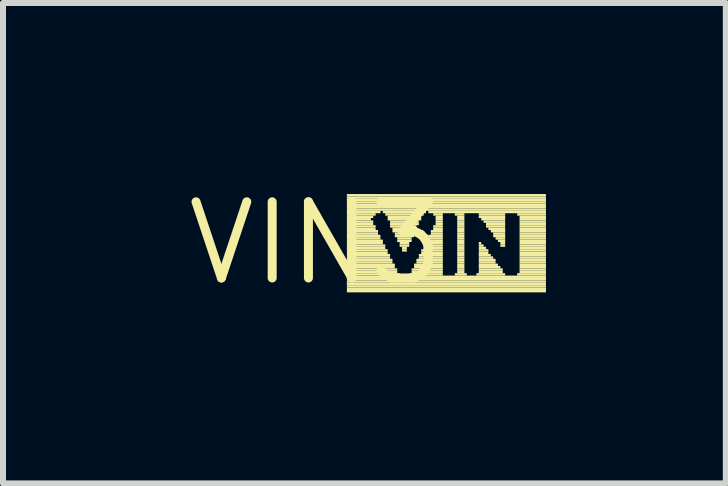
<source format=kicad_pcb>
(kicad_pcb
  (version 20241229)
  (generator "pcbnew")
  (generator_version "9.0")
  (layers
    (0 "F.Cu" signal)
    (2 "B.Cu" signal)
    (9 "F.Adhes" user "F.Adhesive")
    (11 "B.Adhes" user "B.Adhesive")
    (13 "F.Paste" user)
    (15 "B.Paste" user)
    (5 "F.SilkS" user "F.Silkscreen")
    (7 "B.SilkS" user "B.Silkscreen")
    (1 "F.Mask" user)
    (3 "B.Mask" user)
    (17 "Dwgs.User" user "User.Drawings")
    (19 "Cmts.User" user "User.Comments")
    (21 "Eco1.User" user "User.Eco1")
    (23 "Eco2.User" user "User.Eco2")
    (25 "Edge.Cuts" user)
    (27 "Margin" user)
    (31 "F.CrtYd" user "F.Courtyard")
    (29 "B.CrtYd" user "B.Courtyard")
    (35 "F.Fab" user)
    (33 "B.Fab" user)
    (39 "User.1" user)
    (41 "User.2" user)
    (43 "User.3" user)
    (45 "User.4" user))
  (footprint "VIN3"
    (layer "F.Cu")
    (at 2.215 1.006)
    (property "Reference" "VIN3" (at 0 0 0) (layer "F.SilkS") (effects (font (size 1.27 1.27) (thickness 0.15))))
    (fp_poly (pts (xy 0.52 -0.78) (xy 3.84 -0.78) (xy 3.84 -0.82) (xy 0.52 -0.82)) (stroke (width 0) (type solid)) (fill yes) (layer "F.SilkS"))
    (fp_poly (pts (xy 0.52 -0.74) (xy 3.84 -0.74) (xy 3.84 -0.78) (xy 0.52 -0.78)) (stroke (width 0) (type solid)) (fill yes) (layer "F.SilkS"))
    (fp_poly (pts (xy 0.52 -0.7) (xy 3.84 -0.7) (xy 3.84 -0.74) (xy 0.52 -0.74)) (stroke (width 0) (type solid)) (fill yes) (layer "F.SilkS"))
    (fp_poly (pts (xy 0.52 -0.66) (xy 3.84 -0.66) (xy 3.84 -0.7) (xy 0.52 -0.7)) (stroke (width 0) (type solid)) (fill yes) (layer "F.SilkS"))
    (fp_poly (pts (xy 0.52 -0.62) (xy 3.84 -0.62) (xy 3.84 -0.66) (xy 0.52 -0.66)) (stroke (width 0) (type solid)) (fill yes) (layer "F.SilkS"))
    (fp_poly (pts (xy 0.52 -0.58) (xy 3.84 -0.58) (xy 3.84 -0.62) (xy 0.52 -0.62)) (stroke (width 0) (type solid)) (fill yes) (layer "F.SilkS"))
    (fp_poly (pts (xy 0.52 -0.54) (xy 3.84 -0.54) (xy 3.84 -0.58) (xy 0.52 -0.58)) (stroke (width 0) (type solid)) (fill yes) (layer "F.SilkS"))
    (fp_poly (pts (xy 0.52 -0.5) (xy 1.08 -0.5) (xy 1.08 -0.54) (xy 0.52 -0.54)) (stroke (width 0) (type solid)) (fill yes) (layer "F.SilkS"))
    (fp_poly (pts (xy 0.52 -0.46) (xy 1 -0.46) (xy 1 -0.5) (xy 0.52 -0.5)) (stroke (width 0) (type solid)) (fill yes) (layer "F.SilkS"))
    (fp_poly (pts (xy 0.52 -0.42) (xy 0.96 -0.42) (xy 0.96 -0.46) (xy 0.52 -0.46)) (stroke (width 0) (type solid)) (fill yes) (layer "F.SilkS"))
    (fp_poly (pts (xy 0.52 -0.38) (xy 0.92 -0.38) (xy 0.92 -0.42) (xy 0.52 -0.42)) (stroke (width 0) (type solid)) (fill yes) (layer "F.SilkS"))
    (fp_poly (pts (xy 0.52 -0.34) (xy 0.96 -0.34) (xy 0.96 -0.38) (xy 0.52 -0.38)) (stroke (width 0) (type solid)) (fill yes) (layer "F.SilkS"))
    (fp_poly (pts (xy 0.52 -0.3) (xy 0.96 -0.3) (xy 0.96 -0.34) (xy 0.52 -0.34)) (stroke (width 0) (type solid)) (fill yes) (layer "F.SilkS"))
    (fp_poly (pts (xy 0.52 -0.26) (xy 1 -0.26) (xy 1 -0.3) (xy 0.52 -0.3)) (stroke (width 0) (type solid)) (fill yes) (layer "F.SilkS"))
    (fp_poly (pts (xy 0.52 -0.22) (xy 1 -0.22) (xy 1 -0.26) (xy 0.52 -0.26)) (stroke (width 0) (type solid)) (fill yes) (layer "F.SilkS"))
    (fp_poly (pts (xy 0.52 -0.18) (xy 1.04 -0.18) (xy 1.04 -0.22) (xy 0.52 -0.22)) (stroke (width 0) (type solid)) (fill yes) (layer "F.SilkS"))
    (fp_poly (pts (xy 0.52 -0.14) (xy 1.04 -0.14) (xy 1.04 -0.18) (xy 0.52 -0.18)) (stroke (width 0) (type solid)) (fill yes) (layer "F.SilkS"))
    (fp_poly (pts (xy 0.52 -0.1) (xy 1.08 -0.1) (xy 1.08 -0.14) (xy 0.52 -0.14)) (stroke (width 0) (type solid)) (fill yes) (layer "F.SilkS"))
    (fp_poly (pts (xy 0.52 -0.06) (xy 1.08 -0.06) (xy 1.08 -0.1) (xy 0.52 -0.1)) (stroke (width 0) (type solid)) (fill yes) (layer "F.SilkS"))
    (fp_poly (pts (xy 0.52 -0.02) (xy 1.12 -0.02) (xy 1.12 -0.06) (xy 0.52 -0.06)) (stroke (width 0) (type solid)) (fill yes) (layer "F.SilkS"))
    (fp_poly (pts (xy 0.52 0.02) (xy 1.12 0.02) (xy 1.12 -0.02) (xy 0.52 -0.02)) (stroke (width 0) (type solid)) (fill yes) (layer "F.SilkS"))
    (fp_poly (pts (xy 0.52 0.06) (xy 1.16 0.06) (xy 1.16 0.02) (xy 0.52 0.02)) (stroke (width 0) (type solid)) (fill yes) (layer "F.SilkS"))
    (fp_poly (pts (xy 0.52 0.1) (xy 1.16 0.1) (xy 1.16 0.06) (xy 0.52 0.06)) (stroke (width 0) (type solid)) (fill yes) (layer "F.SilkS"))
    (fp_poly (pts (xy 0.52 0.14) (xy 1.2 0.14) (xy 1.2 0.1) (xy 0.52 0.1)) (stroke (width 0) (type solid)) (fill yes) (layer "F.SilkS"))
    (fp_poly (pts (xy 0.52 0.18) (xy 1.2 0.18) (xy 1.2 0.14) (xy 0.52 0.14)) (stroke (width 0) (type solid)) (fill yes) (layer "F.SilkS"))
    (fp_poly (pts (xy 0.52 0.22) (xy 1.24 0.22) (xy 1.24 0.18) (xy 0.52 0.18)) (stroke (width 0) (type solid)) (fill yes) (layer "F.SilkS"))
    (fp_poly (pts (xy 0.52 0.26) (xy 1.24 0.26) (xy 1.24 0.22) (xy 0.52 0.22)) (stroke (width 0) (type solid)) (fill yes) (layer "F.SilkS"))
    (fp_poly (pts (xy 0.52 0.3) (xy 1.28 0.3) (xy 1.28 0.26) (xy 0.52 0.26)) (stroke (width 0) (type solid)) (fill yes) (layer "F.SilkS"))
    (fp_poly (pts (xy 0.52 0.34) (xy 1.28 0.34) (xy 1.28 0.3) (xy 0.52 0.3)) (stroke (width 0) (type solid)) (fill yes) (layer "F.SilkS"))
    (fp_poly (pts (xy 0.52 0.38) (xy 1.32 0.38) (xy 1.32 0.34) (xy 0.52 0.34)) (stroke (width 0) (type solid)) (fill yes) (layer "F.SilkS"))
    (fp_poly (pts (xy 0.52 0.42) (xy 1.32 0.42) (xy 1.32 0.38) (xy 0.52 0.38)) (stroke (width 0) (type solid)) (fill yes) (layer "F.SilkS"))
    (fp_poly (pts (xy 0.52 0.46) (xy 1.36 0.46) (xy 1.36 0.42) (xy 0.52 0.42)) (stroke (width 0) (type solid)) (fill yes) (layer "F.SilkS"))
    (fp_poly (pts (xy 0.52 0.5) (xy 1.36 0.5) (xy 1.36 0.46) (xy 0.52 0.46)) (stroke (width 0) (type solid)) (fill yes) (layer "F.SilkS"))
    (fp_poly (pts (xy 0.52 0.54) (xy 1.4 0.54) (xy 1.4 0.5) (xy 0.52 0.5)) (stroke (width 0) (type solid)) (fill yes) (layer "F.SilkS"))
    (fp_poly (pts (xy 0.52 0.58) (xy 3.84 0.58) (xy 3.84 0.54) (xy 0.52 0.54)) (stroke (width 0) (type solid)) (fill yes) (layer "F.SilkS"))
    (fp_poly (pts (xy 0.52 0.62) (xy 3.84 0.62) (xy 3.84 0.58) (xy 0.52 0.58)) (stroke (width 0) (type solid)) (fill yes) (layer "F.SilkS"))
    (fp_poly (pts (xy 0.52 0.66) (xy 3.84 0.66) (xy 3.84 0.62) (xy 0.52 0.62)) (stroke (width 0) (type solid)) (fill yes) (layer "F.SilkS"))
    (fp_poly (pts (xy 0.52 0.7) (xy 3.84 0.7) (xy 3.84 0.66) (xy 0.52 0.66)) (stroke (width 0) (type solid)) (fill yes) (layer "F.SilkS"))
    (fp_poly (pts (xy 0.52 0.74) (xy 3.84 0.74) (xy 3.84 0.7) (xy 0.52 0.7)) (stroke (width 0) (type solid)) (fill yes) (layer "F.SilkS"))
    (fp_poly (pts (xy 0.52 0.78) (xy 3.84 0.78) (xy 3.84 0.74) (xy 0.52 0.74)) (stroke (width 0) (type solid)) (fill yes) (layer "F.SilkS"))
    (fp_poly (pts (xy 0.52 0.82) (xy 3.84 0.82) (xy 3.84 0.78) (xy 0.52 0.78)) (stroke (width 0) (type solid)) (fill yes) (layer "F.SilkS"))
    (fp_poly (pts (xy 1.12 -0.5) (xy 1.84 -0.5) (xy 1.84 -0.54) (xy 1.12 -0.54)) (stroke (width 0) (type solid)) (fill yes) (layer "F.SilkS"))
    (fp_poly (pts (xy 1.16 -0.46) (xy 1.8 -0.46) (xy 1.8 -0.5) (xy 1.16 -0.5)) (stroke (width 0) (type solid)) (fill yes) (layer "F.SilkS"))
    (fp_poly (pts (xy 1.2 -0.42) (xy 1.76 -0.42) (xy 1.76 -0.46) (xy 1.2 -0.46)) (stroke (width 0) (type solid)) (fill yes) (layer "F.SilkS"))
    (fp_poly (pts (xy 1.2 -0.38) (xy 1.76 -0.38) (xy 1.76 -0.42) (xy 1.2 -0.42)) (stroke (width 0) (type solid)) (fill yes) (layer "F.SilkS"))
    (fp_poly (pts (xy 1.24 -0.34) (xy 1.72 -0.34) (xy 1.72 -0.38) (xy 1.24 -0.38)) (stroke (width 0) (type solid)) (fill yes) (layer "F.SilkS"))
    (fp_poly (pts (xy 1.24 -0.3) (xy 1.72 -0.3) (xy 1.72 -0.34) (xy 1.24 -0.34)) (stroke (width 0) (type solid)) (fill yes) (layer "F.SilkS"))
    (fp_poly (pts (xy 1.24 -0.26) (xy 1.68 -0.26) (xy 1.68 -0.3) (xy 1.24 -0.3)) (stroke (width 0) (type solid)) (fill yes) (layer "F.SilkS"))
    (fp_poly (pts (xy 1.28 -0.22) (xy 1.68 -0.22) (xy 1.68 -0.26) (xy 1.28 -0.26)) (stroke (width 0) (type solid)) (fill yes) (layer "F.SilkS"))
    (fp_poly (pts (xy 1.28 -0.18) (xy 1.64 -0.18) (xy 1.64 -0.22) (xy 1.28 -0.22)) (stroke (width 0) (type solid)) (fill yes) (layer "F.SilkS"))
    (fp_poly (pts (xy 1.32 -0.14) (xy 1.64 -0.14) (xy 1.64 -0.18) (xy 1.32 -0.18)) (stroke (width 0) (type solid)) (fill yes) (layer "F.SilkS"))
    (fp_poly (pts (xy 1.32 -0.1) (xy 1.64 -0.1) (xy 1.64 -0.14) (xy 1.32 -0.14)) (stroke (width 0) (type solid)) (fill yes) (layer "F.SilkS"))
    (fp_poly (pts (xy 1.36 -0.06) (xy 1.6 -0.06) (xy 1.6 -0.1) (xy 1.36 -0.1)) (stroke (width 0) (type solid)) (fill yes) (layer "F.SilkS"))
    (fp_poly (pts (xy 1.36 -0.02) (xy 1.6 -0.02) (xy 1.6 -0.06) (xy 1.36 -0.06)) (stroke (width 0) (type solid)) (fill yes) (layer "F.SilkS"))
    (fp_poly (pts (xy 1.4 0.02) (xy 1.56 0.02) (xy 1.56 -0.02) (xy 1.4 -0.02)) (stroke (width 0) (type solid)) (fill yes) (layer "F.SilkS"))
    (fp_poly (pts (xy 1.4 0.06) (xy 1.56 0.06) (xy 1.56 0.02) (xy 1.4 0.02)) (stroke (width 0) (type solid)) (fill yes) (layer "F.SilkS"))
    (fp_poly (pts (xy 1.44 0.1) (xy 1.52 0.1) (xy 1.52 0.06) (xy 1.44 0.06)) (stroke (width 0) (type solid)) (fill yes) (layer "F.SilkS"))
    (fp_poly (pts (xy 1.44 0.14) (xy 1.52 0.14) (xy 1.52 0.1) (xy 1.44 0.1)) (stroke (width 0) (type solid)) (fill yes) (layer "F.SilkS"))
    (fp_poly (pts (xy 1.56 0.54) (xy 2.12 0.54) (xy 2.12 0.5) (xy 1.56 0.5)) (stroke (width 0) (type solid)) (fill yes) (layer "F.SilkS"))
    (fp_poly (pts (xy 1.6 0.46) (xy 2.12 0.46) (xy 2.12 0.42) (xy 1.6 0.42)) (stroke (width 0) (type solid)) (fill yes) (layer "F.SilkS"))
    (fp_poly (pts (xy 1.6 0.5) (xy 2.12 0.5) (xy 2.12 0.46) (xy 1.6 0.46)) (stroke (width 0) (type solid)) (fill yes) (layer "F.SilkS"))
    (fp_poly (pts (xy 1.64 0.38) (xy 2.12 0.38) (xy 2.12 0.34) (xy 1.64 0.34)) (stroke (width 0) (type solid)) (fill yes) (layer "F.SilkS"))
    (fp_poly (pts (xy 1.64 0.42) (xy 2.12 0.42) (xy 2.12 0.38) (xy 1.64 0.38)) (stroke (width 0) (type solid)) (fill yes) (layer "F.SilkS"))
    (fp_poly (pts (xy 1.68 0.3) (xy 2.12 0.3) (xy 2.12 0.26) (xy 1.68 0.26)) (stroke (width 0) (type solid)) (fill yes) (layer "F.SilkS"))
    (fp_poly (pts (xy 1.68 0.34) (xy 2.12 0.34) (xy 2.12 0.3) (xy 1.68 0.3)) (stroke (width 0) (type solid)) (fill yes) (layer "F.SilkS"))
    (fp_poly (pts (xy 1.72 0.22) (xy 2.12 0.22) (xy 2.12 0.18) (xy 1.72 0.18)) (stroke (width 0) (type solid)) (fill yes) (layer "F.SilkS"))
    (fp_poly (pts (xy 1.72 0.26) (xy 2.12 0.26) (xy 2.12 0.22) (xy 1.72 0.22)) (stroke (width 0) (type solid)) (fill yes) (layer "F.SilkS"))
    (fp_poly (pts (xy 1.76 0.14) (xy 2.12 0.14) (xy 2.12 0.1) (xy 1.76 0.1)) (stroke (width 0) (type solid)) (fill yes) (layer "F.SilkS"))
    (fp_poly (pts (xy 1.76 0.18) (xy 2.12 0.18) (xy 2.12 0.14) (xy 1.76 0.14)) (stroke (width 0) (type solid)) (fill yes) (layer "F.SilkS"))
    (fp_poly (pts (xy 1.8 0.06) (xy 2.12 0.06) (xy 2.12 0.02) (xy 1.8 0.02)) (stroke (width 0) (type solid)) (fill yes) (layer "F.SilkS"))
    (fp_poly (pts (xy 1.8 0.1) (xy 2.12 0.1) (xy 2.12 0.06) (xy 1.8 0.06)) (stroke (width 0) (type solid)) (fill yes) (layer "F.SilkS"))
    (fp_poly (pts (xy 1.84 -0.02) (xy 2.12 -0.02) (xy 2.12 -0.06) (xy 1.84 -0.06)) (stroke (width 0) (type solid)) (fill yes) (layer "F.SilkS"))
    (fp_poly (pts (xy 1.84 0.02) (xy 2.12 0.02) (xy 2.12 -0.02) (xy 1.84 -0.02)) (stroke (width 0) (type solid)) (fill yes) (layer "F.SilkS"))
    (fp_poly (pts (xy 1.88 -0.5) (xy 3.84 -0.5) (xy 3.84 -0.54) (xy 1.88 -0.54)) (stroke (width 0) (type solid)) (fill yes) (layer "F.SilkS"))
    (fp_poly (pts (xy 1.88 -0.1) (xy 2.12 -0.1) (xy 2.12 -0.14) (xy 1.88 -0.14)) (stroke (width 0) (type solid)) (fill yes) (layer "F.SilkS"))
    (fp_poly (pts (xy 1.88 -0.06) (xy 2.12 -0.06) (xy 2.12 -0.1) (xy 1.88 -0.1)) (stroke (width 0) (type solid)) (fill yes) (layer "F.SilkS"))
    (fp_poly (pts (xy 1.92 -0.18) (xy 2.12 -0.18) (xy 2.12 -0.22) (xy 1.92 -0.22)) (stroke (width 0) (type solid)) (fill yes) (layer "F.SilkS"))
    (fp_poly (pts (xy 1.92 -0.14) (xy 2.12 -0.14) (xy 2.12 -0.18) (xy 1.92 -0.18)) (stroke (width 0) (type solid)) (fill yes) (layer "F.SilkS"))
    (fp_poly (pts (xy 1.96 -0.46) (xy 2.12 -0.46) (xy 2.12 -0.5) (xy 1.96 -0.5)) (stroke (width 0) (type solid)) (fill yes) (layer "F.SilkS"))
    (fp_poly (pts (xy 1.96 -0.26) (xy 2.12 -0.26) (xy 2.12 -0.3) (xy 1.96 -0.3)) (stroke (width 0) (type solid)) (fill yes) (layer "F.SilkS"))
    (fp_poly (pts (xy 1.96 -0.22) (xy 2.12 -0.22) (xy 2.12 -0.26) (xy 1.96 -0.26)) (stroke (width 0) (type solid)) (fill yes) (layer "F.SilkS"))
    (fp_poly (pts (xy 2 -0.42) (xy 2.12 -0.42) (xy 2.12 -0.46) (xy 2 -0.46)) (stroke (width 0) (type solid)) (fill yes) (layer "F.SilkS"))
    (fp_poly (pts (xy 2 -0.38) (xy 2.12 -0.38) (xy 2.12 -0.42) (xy 2 -0.42)) (stroke (width 0) (type solid)) (fill yes) (layer "F.SilkS"))
    (fp_poly (pts (xy 2 -0.34) (xy 2.12 -0.34) (xy 2.12 -0.38) (xy 2 -0.38)) (stroke (width 0) (type solid)) (fill yes) (layer "F.SilkS"))
    (fp_poly (pts (xy 2 -0.3) (xy 2.12 -0.3) (xy 2.12 -0.34) (xy 2 -0.34)) (stroke (width 0) (type solid)) (fill yes) (layer "F.SilkS"))
    (fp_poly (pts (xy 2.32 -0.46) (xy 2.48 -0.46) (xy 2.48 -0.5) (xy 2.32 -0.5)) (stroke (width 0) (type solid)) (fill yes) (layer "F.SilkS"))
    (fp_poly (pts (xy 2.32 0.54) (xy 2.52 0.54) (xy 2.52 0.5) (xy 2.32 0.5)) (stroke (width 0) (type solid)) (fill yes) (layer "F.SilkS"))
    (fp_poly (pts (xy 2.36 -0.42) (xy 2.48 -0.42) (xy 2.48 -0.46) (xy 2.36 -0.46)) (stroke (width 0) (type solid)) (fill yes) (layer "F.SilkS"))
    (fp_poly (pts (xy 2.36 -0.38) (xy 2.48 -0.38) (xy 2.48 -0.42) (xy 2.36 -0.42)) (stroke (width 0) (type solid)) (fill yes) (layer "F.SilkS"))
    (fp_poly (pts (xy 2.36 -0.34) (xy 2.48 -0.34) (xy 2.48 -0.38) (xy 2.36 -0.38)) (stroke (width 0) (type solid)) (fill yes) (layer "F.SilkS"))
    (fp_poly (pts (xy 2.36 -0.3) (xy 2.48 -0.3) (xy 2.48 -0.34) (xy 2.36 -0.34)) (stroke (width 0) (type solid)) (fill yes) (layer "F.SilkS"))
    (fp_poly (pts (xy 2.36 -0.26) (xy 2.48 -0.26) (xy 2.48 -0.3) (xy 2.36 -0.3)) (stroke (width 0) (type solid)) (fill yes) (layer "F.SilkS"))
    (fp_poly (pts (xy 2.36 -0.22) (xy 2.48 -0.22) (xy 2.48 -0.26) (xy 2.36 -0.26)) (stroke (width 0) (type solid)) (fill yes) (layer "F.SilkS"))
    (fp_poly (pts (xy 2.36 -0.18) (xy 2.48 -0.18) (xy 2.48 -0.22) (xy 2.36 -0.22)) (stroke (width 0) (type solid)) (fill yes) (layer "F.SilkS"))
    (fp_poly (pts (xy 2.36 -0.14) (xy 2.48 -0.14) (xy 2.48 -0.18) (xy 2.36 -0.18)) (stroke (width 0) (type solid)) (fill yes) (layer "F.SilkS"))
    (fp_poly (pts (xy 2.36 -0.1) (xy 2.48 -0.1) (xy 2.48 -0.14) (xy 2.36 -0.14)) (stroke (width 0) (type solid)) (fill yes) (layer "F.SilkS"))
    (fp_poly (pts (xy 2.36 -0.06) (xy 2.48 -0.06) (xy 2.48 -0.1) (xy 2.36 -0.1)) (stroke (width 0) (type solid)) (fill yes) (layer "F.SilkS"))
    (fp_poly (pts (xy 2.36 -0.02) (xy 2.48 -0.02) (xy 2.48 -0.06) (xy 2.36 -0.06)) (stroke (width 0) (type solid)) (fill yes) (layer "F.SilkS"))
    (fp_poly (pts (xy 2.36 0.02) (xy 2.48 0.02) (xy 2.48 -0.02) (xy 2.36 -0.02)) (stroke (width 0) (type solid)) (fill yes) (layer "F.SilkS"))
    (fp_poly (pts (xy 2.36 0.06) (xy 2.48 0.06) (xy 2.48 0.02) (xy 2.36 0.02)) (stroke (width 0) (type solid)) (fill yes) (layer "F.SilkS"))
    (fp_poly (pts (xy 2.36 0.1) (xy 2.48 0.1) (xy 2.48 0.06) (xy 2.36 0.06)) (stroke (width 0) (type solid)) (fill yes) (layer "F.SilkS"))
    (fp_poly (pts (xy 2.36 0.14) (xy 2.48 0.14) (xy 2.48 0.1) (xy 2.36 0.1)) (stroke (width 0) (type solid)) (fill yes) (layer "F.SilkS"))
    (fp_poly (pts (xy 2.36 0.18) (xy 2.48 0.18) (xy 2.48 0.14) (xy 2.36 0.14)) (stroke (width 0) (type solid)) (fill yes) (layer "F.SilkS"))
    (fp_poly (pts (xy 2.36 0.22) (xy 2.48 0.22) (xy 2.48 0.18) (xy 2.36 0.18)) (stroke (width 0) (type solid)) (fill yes) (layer "F.SilkS"))
    (fp_poly (pts (xy 2.36 0.26) (xy 2.48 0.26) (xy 2.48 0.22) (xy 2.36 0.22)) (stroke (width 0) (type solid)) (fill yes) (layer "F.SilkS"))
    (fp_poly (pts (xy 2.36 0.3) (xy 2.48 0.3) (xy 2.48 0.26) (xy 2.36 0.26)) (stroke (width 0) (type solid)) (fill yes) (layer "F.SilkS"))
    (fp_poly (pts (xy 2.36 0.34) (xy 2.48 0.34) (xy 2.48 0.3) (xy 2.36 0.3)) (stroke (width 0) (type solid)) (fill yes) (layer "F.SilkS"))
    (fp_poly (pts (xy 2.36 0.38) (xy 2.48 0.38) (xy 2.48 0.34) (xy 2.36 0.34)) (stroke (width 0) (type solid)) (fill yes) (layer "F.SilkS"))
    (fp_poly (pts (xy 2.36 0.42) (xy 2.48 0.42) (xy 2.48 0.38) (xy 2.36 0.38)) (stroke (width 0) (type solid)) (fill yes) (layer "F.SilkS"))
    (fp_poly (pts (xy 2.36 0.46) (xy 2.48 0.46) (xy 2.48 0.42) (xy 2.36 0.42)) (stroke (width 0) (type solid)) (fill yes) (layer "F.SilkS"))
    (fp_poly (pts (xy 2.36 0.5) (xy 2.48 0.5) (xy 2.48 0.46) (xy 2.36 0.46)) (stroke (width 0) (type solid)) (fill yes) (layer "F.SilkS"))
    (fp_poly (pts (xy 2.68 0.54) (xy 3.16 0.54) (xy 3.16 0.5) (xy 2.68 0.5)) (stroke (width 0) (type solid)) (fill yes) (layer "F.SilkS"))
    (fp_poly (pts (xy 2.72 -0.46) (xy 3.16 -0.46) (xy 3.16 -0.5) (xy 2.72 -0.5)) (stroke (width 0) (type solid)) (fill yes) (layer "F.SilkS"))
    (fp_poly (pts (xy 2.72 -0.42) (xy 3.16 -0.42) (xy 3.16 -0.46) (xy 2.72 -0.46)) (stroke (width 0) (type solid)) (fill yes) (layer "F.SilkS"))
    (fp_poly (pts (xy 2.72 0.02) (xy 2.76 0.02) (xy 2.76 -0.02) (xy 2.72 -0.02)) (stroke (width 0) (type solid)) (fill yes) (layer "F.SilkS"))
    (fp_poly (pts (xy 2.72 0.06) (xy 2.8 0.06) (xy 2.8 0.02) (xy 2.72 0.02)) (stroke (width 0) (type solid)) (fill yes) (layer "F.SilkS"))
    (fp_poly (pts (xy 2.72 0.1) (xy 2.84 0.1) (xy 2.84 0.06) (xy 2.72 0.06)) (stroke (width 0) (type solid)) (fill yes) (layer "F.SilkS"))
    (fp_poly (pts (xy 2.72 0.14) (xy 2.88 0.14) (xy 2.88 0.1) (xy 2.72 0.1)) (stroke (width 0) (type solid)) (fill yes) (layer "F.SilkS"))
    (fp_poly (pts (xy 2.72 0.18) (xy 2.88 0.18) (xy 2.88 0.14) (xy 2.72 0.14)) (stroke (width 0) (type solid)) (fill yes) (layer "F.SilkS"))
    (fp_poly (pts (xy 2.72 0.22) (xy 2.92 0.22) (xy 2.92 0.18) (xy 2.72 0.18)) (stroke (width 0) (type solid)) (fill yes) (layer "F.SilkS"))
    (fp_poly (pts (xy 2.72 0.26) (xy 2.96 0.26) (xy 2.96 0.22) (xy 2.72 0.22)) (stroke (width 0) (type solid)) (fill yes) (layer "F.SilkS"))
    (fp_poly (pts (xy 2.72 0.3) (xy 3 0.3) (xy 3 0.26) (xy 2.72 0.26)) (stroke (width 0) (type solid)) (fill yes) (layer "F.SilkS"))
    (fp_poly (pts (xy 2.72 0.34) (xy 3 0.34) (xy 3 0.3) (xy 2.72 0.3)) (stroke (width 0) (type solid)) (fill yes) (layer "F.SilkS"))
    (fp_poly (pts (xy 2.72 0.38) (xy 3.04 0.38) (xy 3.04 0.34) (xy 2.72 0.34)) (stroke (width 0) (type solid)) (fill yes) (layer "F.SilkS"))
    (fp_poly (pts (xy 2.72 0.42) (xy 3.08 0.42) (xy 3.08 0.38) (xy 2.72 0.38)) (stroke (width 0) (type solid)) (fill yes) (layer "F.SilkS"))
    (fp_poly (pts (xy 2.72 0.46) (xy 3.12 0.46) (xy 3.12 0.42) (xy 2.72 0.42)) (stroke (width 0) (type solid)) (fill yes) (layer "F.SilkS"))
    (fp_poly (pts (xy 2.72 0.5) (xy 3.12 0.5) (xy 3.12 0.46) (xy 2.72 0.46)) (stroke (width 0) (type solid)) (fill yes) (layer "F.SilkS"))
    (fp_poly (pts (xy 2.76 -0.38) (xy 3.16 -0.38) (xy 3.16 -0.42) (xy 2.76 -0.42)) (stroke (width 0) (type solid)) (fill yes) (layer "F.SilkS"))
    (fp_poly (pts (xy 2.8 -0.34) (xy 3.16 -0.34) (xy 3.16 -0.38) (xy 2.8 -0.38)) (stroke (width 0) (type solid)) (fill yes) (layer "F.SilkS"))
    (fp_poly (pts (xy 2.84 -0.3) (xy 3.16 -0.3) (xy 3.16 -0.34) (xy 2.84 -0.34)) (stroke (width 0) (type solid)) (fill yes) (layer "F.SilkS"))
    (fp_poly (pts (xy 2.84 -0.26) (xy 3.16 -0.26) (xy 3.16 -0.3) (xy 2.84 -0.3)) (stroke (width 0) (type solid)) (fill yes) (layer "F.SilkS"))
    (fp_poly (pts (xy 2.88 -0.22) (xy 3.16 -0.22) (xy 3.16 -0.26) (xy 2.88 -0.26)) (stroke (width 0) (type solid)) (fill yes) (layer "F.SilkS"))
    (fp_poly (pts (xy 2.92 -0.18) (xy 3.16 -0.18) (xy 3.16 -0.22) (xy 2.92 -0.22)) (stroke (width 0) (type solid)) (fill yes) (layer "F.SilkS"))
    (fp_poly (pts (xy 2.96 -0.14) (xy 3.16 -0.14) (xy 3.16 -0.18) (xy 2.96 -0.18)) (stroke (width 0) (type solid)) (fill yes) (layer "F.SilkS"))
    (fp_poly (pts (xy 2.96 -0.1) (xy 3.16 -0.1) (xy 3.16 -0.14) (xy 2.96 -0.14)) (stroke (width 0) (type solid)) (fill yes) (layer "F.SilkS"))
    (fp_poly (pts (xy 3 -0.06) (xy 3.16 -0.06) (xy 3.16 -0.1) (xy 3 -0.1)) (stroke (width 0) (type solid)) (fill yes) (layer "F.SilkS"))
    (fp_poly (pts (xy 3.04 -0.02) (xy 3.16 -0.02) (xy 3.16 -0.06) (xy 3.04 -0.06)) (stroke (width 0) (type solid)) (fill yes) (layer "F.SilkS"))
    (fp_poly (pts (xy 3.08 0.02) (xy 3.16 0.02) (xy 3.16 -0.02) (xy 3.08 -0.02)) (stroke (width 0) (type solid)) (fill yes) (layer "F.SilkS"))
    (fp_poly (pts (xy 3.08 0.06) (xy 3.16 0.06) (xy 3.16 0.02) (xy 3.08 0.02)) (stroke (width 0) (type solid)) (fill yes) (layer "F.SilkS"))
    (fp_poly (pts (xy 3.36 -0.46) (xy 3.84 -0.46) (xy 3.84 -0.5) (xy 3.36 -0.5)) (stroke (width 0) (type solid)) (fill yes) (layer "F.SilkS"))
    (fp_poly (pts (xy 3.36 0.54) (xy 3.84 0.54) (xy 3.84 0.5) (xy 3.36 0.5)) (stroke (width 0) (type solid)) (fill yes) (layer "F.SilkS"))
    (fp_poly (pts (xy 3.4 -0.42) (xy 3.84 -0.42) (xy 3.84 -0.46) (xy 3.4 -0.46)) (stroke (width 0) (type solid)) (fill yes) (layer "F.SilkS"))
    (fp_poly (pts (xy 3.4 -0.38) (xy 3.84 -0.38) (xy 3.84 -0.42) (xy 3.4 -0.42)) (stroke (width 0) (type solid)) (fill yes) (layer "F.SilkS"))
    (fp_poly (pts (xy 3.4 -0.34) (xy 3.84 -0.34) (xy 3.84 -0.38) (xy 3.4 -0.38)) (stroke (width 0) (type solid)) (fill yes) (layer "F.SilkS"))
    (fp_poly (pts (xy 3.4 -0.3) (xy 3.84 -0.3) (xy 3.84 -0.34) (xy 3.4 -0.34)) (stroke (width 0) (type solid)) (fill yes) (layer "F.SilkS"))
    (fp_poly (pts (xy 3.4 -0.26) (xy 3.84 -0.26) (xy 3.84 -0.3) (xy 3.4 -0.3)) (stroke (width 0) (type solid)) (fill yes) (layer "F.SilkS"))
    (fp_poly (pts (xy 3.4 -0.22) (xy 3.84 -0.22) (xy 3.84 -0.26) (xy 3.4 -0.26)) (stroke (width 0) (type solid)) (fill yes) (layer "F.SilkS"))
    (fp_poly (pts (xy 3.4 -0.18) (xy 3.84 -0.18) (xy 3.84 -0.22) (xy 3.4 -0.22)) (stroke (width 0) (type solid)) (fill yes) (layer "F.SilkS"))
    (fp_poly (pts (xy 3.4 -0.14) (xy 3.84 -0.14) (xy 3.84 -0.18) (xy 3.4 -0.18)) (stroke (width 0) (type solid)) (fill yes) (layer "F.SilkS"))
    (fp_poly (pts (xy 3.4 -0.1) (xy 3.84 -0.1) (xy 3.84 -0.14) (xy 3.4 -0.14)) (stroke (width 0) (type solid)) (fill yes) (layer "F.SilkS"))
    (fp_poly (pts (xy 3.4 -0.06) (xy 3.84 -0.06) (xy 3.84 -0.1) (xy 3.4 -0.1)) (stroke (width 0) (type solid)) (fill yes) (layer "F.SilkS"))
    (fp_poly (pts (xy 3.4 -0.02) (xy 3.84 -0.02) (xy 3.84 -0.06) (xy 3.4 -0.06)) (stroke (width 0) (type solid)) (fill yes) (layer "F.SilkS"))
    (fp_poly (pts (xy 3.4 0.02) (xy 3.84 0.02) (xy 3.84 -0.02) (xy 3.4 -0.02)) (stroke (width 0) (type solid)) (fill yes) (layer "F.SilkS"))
    (fp_poly (pts (xy 3.4 0.06) (xy 3.84 0.06) (xy 3.84 0.02) (xy 3.4 0.02)) (stroke (width 0) (type solid)) (fill yes) (layer "F.SilkS"))
    (fp_poly (pts (xy 3.4 0.1) (xy 3.84 0.1) (xy 3.84 0.06) (xy 3.4 0.06)) (stroke (width 0) (type solid)) (fill yes) (layer "F.SilkS"))
    (fp_poly (pts (xy 3.4 0.14) (xy 3.84 0.14) (xy 3.84 0.1) (xy 3.4 0.1)) (stroke (width 0) (type solid)) (fill yes) (layer "F.SilkS"))
    (fp_poly (pts (xy 3.4 0.18) (xy 3.84 0.18) (xy 3.84 0.14) (xy 3.4 0.14)) (stroke (width 0) (type solid)) (fill yes) (layer "F.SilkS"))
    (fp_poly (pts (xy 3.4 0.22) (xy 3.84 0.22) (xy 3.84 0.18) (xy 3.4 0.18)) (stroke (width 0) (type solid)) (fill yes) (layer "F.SilkS"))
    (fp_poly (pts (xy 3.4 0.26) (xy 3.84 0.26) (xy 3.84 0.22) (xy 3.4 0.22)) (stroke (width 0) (type solid)) (fill yes) (layer "F.SilkS"))
    (fp_poly (pts (xy 3.4 0.3) (xy 3.84 0.3) (xy 3.84 0.26) (xy 3.4 0.26)) (stroke (width 0) (type solid)) (fill yes) (layer "F.SilkS"))
    (fp_poly (pts (xy 3.4 0.34) (xy 3.84 0.34) (xy 3.84 0.3) (xy 3.4 0.3)) (stroke (width 0) (type solid)) (fill yes) (layer "F.SilkS"))
    (fp_poly (pts (xy 3.4 0.38) (xy 3.84 0.38) (xy 3.84 0.34) (xy 3.4 0.34)) (stroke (width 0) (type solid)) (fill yes) (layer "F.SilkS"))
    (fp_poly (pts (xy 3.4 0.42) (xy 3.84 0.42) (xy 3.84 0.38) (xy 3.4 0.38)) (stroke (width 0) (type solid)) (fill yes) (layer "F.SilkS"))
    (fp_poly (pts (xy 3.4 0.46) (xy 3.84 0.46) (xy 3.84 0.42) (xy 3.4 0.42)) (stroke (width 0) (type solid)) (fill yes) (layer "F.SilkS"))
    (fp_poly (pts (xy 3.4 0.5) (xy 3.84 0.5) (xy 3.84 0.46) (xy 3.4 0.46)) (stroke (width 0) (type solid)) (fill yes) (layer "F.SilkS")))
  (gr_rect
    (start -3 -3)
    (end 9.055 5.012)
    (stroke (width 0.1) (type default))
    (fill no)
    (layer "Edge.Cuts")))
</source>
